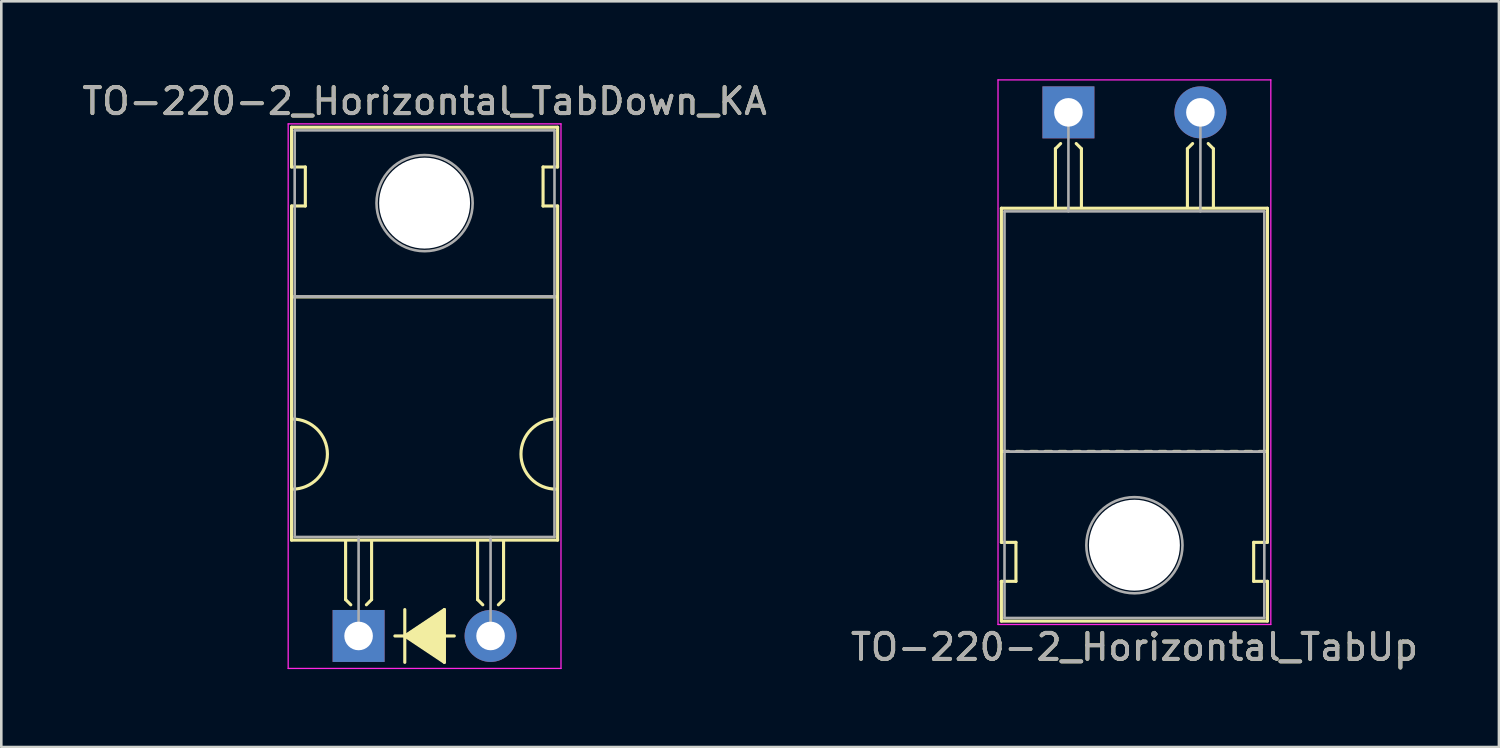
<source format=kicad_pcb>
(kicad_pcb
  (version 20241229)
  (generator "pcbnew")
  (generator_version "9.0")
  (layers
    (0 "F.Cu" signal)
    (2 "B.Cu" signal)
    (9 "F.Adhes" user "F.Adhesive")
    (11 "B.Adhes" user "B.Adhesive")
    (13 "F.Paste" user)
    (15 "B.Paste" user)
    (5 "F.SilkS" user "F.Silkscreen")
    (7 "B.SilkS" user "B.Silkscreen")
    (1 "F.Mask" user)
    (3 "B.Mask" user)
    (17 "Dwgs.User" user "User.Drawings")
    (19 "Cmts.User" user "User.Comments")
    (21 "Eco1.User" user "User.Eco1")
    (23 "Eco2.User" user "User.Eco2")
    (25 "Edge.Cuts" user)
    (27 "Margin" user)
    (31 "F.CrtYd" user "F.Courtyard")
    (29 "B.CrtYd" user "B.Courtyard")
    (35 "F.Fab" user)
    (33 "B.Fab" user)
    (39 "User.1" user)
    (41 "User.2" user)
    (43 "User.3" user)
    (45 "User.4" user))
  (footprint "TO-220-2_Horizontal_TabUp"
    (layer "F.Cu")
    (at 38.073 1.275)
    (property "Reference" "TO-220-2_Horizontal_TabUp" (at 2.54 20.58 0) (layer "F.SilkS") (effects (font (size 1 1) (thickness 0.15))))
    (attr through_hole)
    (fp_line (start -2.58 16.55) (end -2.58 3.69) (stroke (width 0.12) (type solid)) (layer "F.SilkS"))
    (fp_line (start -2.58 16.55) (end -2.02 16.55) (stroke (width 0.12) (type solid)) (layer "F.SilkS"))
    (fp_line (start -2.58 19.58) (end -2.58 18.05) (stroke (width 0.12) (type solid)) (layer "F.SilkS"))
    (fp_line (start -2.3 13.05) (end -2.55 13.05) (stroke (width 0.12) (type solid)) (layer "F.SilkS"))
    (fp_line (start -2.02 16.55) (end -2.02 18.05) (stroke (width 0.12) (type solid)) (layer "F.SilkS"))
    (fp_line (start -2.02 18.05) (end -2.58 18.05) (stroke (width 0.12) (type solid)) (layer "F.SilkS"))
    (fp_line (start -1.75 13.05) (end -2 13.05) (stroke (width 0.12) (type solid)) (layer "F.SilkS"))
    (fp_line (start -1.2 13.05) (end -1.45 13.05) (stroke (width 0.12) (type solid)) (layer "F.SilkS"))
    (fp_line (start -0.65 13.05) (end -0.9 13.05) (stroke (width 0.12) (type solid)) (layer "F.SilkS"))
    (fp_line (start -0.5 1.4) (end -0.3 1.2) (stroke (width 0.12) (type solid)) (layer "F.SilkS"))
    (fp_line (start -0.5 3.65) (end -0.5 1.4) (stroke (width 0.12) (type solid)) (layer "F.SilkS"))
    (fp_line (start -0.1 13.05) (end -0.35 13.05) (stroke (width 0.12) (type solid)) (layer "F.SilkS"))
    (fp_line (start 0.45 13.05) (end 0.2 13.05) (stroke (width 0.12) (type solid)) (layer "F.SilkS"))
    (fp_line (start 0.5 1.4) (end 0.3 1.2) (stroke (width 0.12) (type solid)) (layer "F.SilkS"))
    (fp_line (start 0.5 3.65) (end 0.5 1.4) (stroke (width 0.12) (type solid)) (layer "F.SilkS"))
    (fp_line (start 1 13.05) (end 0.75 13.05) (stroke (width 0.12) (type solid)) (layer "F.SilkS"))
    (fp_line (start 1.55 13.05) (end 1.3 13.05) (stroke (width 0.12) (type solid)) (layer "F.SilkS"))
    (fp_line (start 2.1 13.05) (end 1.85 13.05) (stroke (width 0.12) (type solid)) (layer "F.SilkS"))
    (fp_line (start 2.65 13.05) (end 2.4 13.05) (stroke (width 0.12) (type solid)) (layer "F.SilkS"))
    (fp_line (start 3.2 13.05) (end 2.95 13.05) (stroke (width 0.12) (type solid)) (layer "F.SilkS"))
    (fp_line (start 3.75 13.05) (end 3.5 13.05) (stroke (width 0.12) (type solid)) (layer "F.SilkS"))
    (fp_line (start 4.3 13.05) (end 4.05 13.05) (stroke (width 0.12) (type solid)) (layer "F.SilkS"))
    (fp_line (start 4.58 1.4) (end 4.78 1.2) (stroke (width 0.12) (type solid)) (layer "F.SilkS"))
    (fp_line (start 4.58 3.65) (end 4.58 1.4) (stroke (width 0.12) (type solid)) (layer "F.SilkS"))
    (fp_line (start 4.85 13.05) (end 4.6 13.05) (stroke (width 0.12) (type solid)) (layer "F.SilkS"))
    (fp_line (start 5.4 13.05) (end 5.15 13.05) (stroke (width 0.12) (type solid)) (layer "F.SilkS"))
    (fp_line (start 5.58 1.4) (end 5.38 1.2) (stroke (width 0.12) (type solid)) (layer "F.SilkS"))
    (fp_line (start 5.58 3.65) (end 5.58 1.4) (stroke (width 0.12) (type solid)) (layer "F.SilkS"))
    (fp_line (start 5.95 13.05) (end 5.7 13.05) (stroke (width 0.12) (type solid)) (layer "F.SilkS"))
    (fp_line (start 6.5 13.05) (end 6.25 13.05) (stroke (width 0.12) (type solid)) (layer "F.SilkS"))
    (fp_line (start 7.05 13.05) (end 6.8 13.05) (stroke (width 0.12) (type solid)) (layer "F.SilkS"))
    (fp_line (start 7.13 16.55) (end 7.655 16.55) (stroke (width 0.12) (type solid)) (layer "F.SilkS"))
    (fp_line (start 7.13 18.05) (end 7.13 16.55) (stroke (width 0.12) (type solid)) (layer "F.SilkS"))
    (fp_line (start 7.6 13.05) (end 7.35 13.05) (stroke (width 0.12) (type solid)) (layer "F.SilkS"))
    (fp_line (start 7.66 3.69) (end -2.58 3.69) (stroke (width 0.12) (type solid)) (layer "F.SilkS"))
    (fp_line (start 7.66 16.55) (end 7.66 3.69) (stroke (width 0.12) (type solid)) (layer "F.SilkS"))
    (fp_line (start 7.66 18.05) (end 7.13 18.05) (stroke (width 0.12) (type solid)) (layer "F.SilkS"))
    (fp_line (start 7.66 19.58) (end -2.58 19.58) (stroke (width 0.12) (type solid)) (layer "F.SilkS"))
    (fp_line (start 7.66 19.58) (end 7.66 18.05) (stroke (width 0.12) (type solid)) (layer "F.SilkS"))
    (fp_line (start -2.71 -1.25) (end -2.71 19.71) (stroke (width 0.05) (type solid)) (layer "F.CrtYd"))
    (fp_line (start -2.71 19.71) (end 7.79 19.71) (stroke (width 0.05) (type solid)) (layer "F.CrtYd"))
    (fp_line (start 7.79 -1.25) (end -2.71 -1.25) (stroke (width 0.05) (type solid)) (layer "F.CrtYd"))
    (fp_line (start 7.79 19.71) (end 7.79 -1.25) (stroke (width 0.05) (type solid)) (layer "F.CrtYd"))
    (fp_line (start -2.46 3.81) (end -2.46 13.06) (stroke (width 0.1) (type solid)) (layer "F.Fab"))
    (fp_line (start -2.46 13.06) (end -2.46 19.46) (stroke (width 0.1) (type solid)) (layer "F.Fab"))
    (fp_line (start -2.46 13.06) (end 7.54 13.06) (stroke (width 0.1) (type solid)) (layer "F.Fab"))
    (fp_line (start -2.46 19.46) (end 7.54 19.46) (stroke (width 0.1) (type solid)) (layer "F.Fab"))
    (fp_line (start 0 3.81) (end 0 0) (stroke (width 0.1) (type solid)) (layer "F.Fab"))
    (fp_line (start 5.08 3.81) (end 5.08 0) (stroke (width 0.1) (type solid)) (layer "F.Fab"))
    (fp_line (start 7.54 3.81) (end -2.46 3.81) (stroke (width 0.1) (type solid)) (layer "F.Fab"))
    (fp_line (start 7.54 13.06) (end -2.46 13.06) (stroke (width 0.1) (type solid)) (layer "F.Fab"))
    (fp_line (start 7.54 13.06) (end 7.54 3.81) (stroke (width 0.1) (type solid)) (layer "F.Fab"))
    (fp_line (start 7.54 19.46) (end 7.54 13.06) (stroke (width 0.1) (type solid)) (layer "F.Fab"))
    (fp_circle (center 2.54 16.66) (end 4.39 16.66) (stroke (width 0.1) (type solid)) (fill no) (layer "F.Fab"))
    (fp_text user "${REFERENCE}" (at 2.54 20.58 0) (layer "F.Fab") (effects (font (size 1 1) (thickness 0.15))))
    (pad "" np_thru_hole oval (at 2.54 16.66) (size 3.5 3.5) (drill 3.5) (layers "*.Cu" "*.Mask"))
    (pad "1" thru_hole rect (at 0 0) (size 2 2) (drill 1.1) (layers "*.Cu" "*.Mask"))
    (pad "2" thru_hole oval (at 5.08 0) (size 2 2) (drill 1.1) (layers "*.Cu" "*.Mask")))
  (footprint "TO-220-2_Horizontal_TabDown_KA"
    (layer "F.Cu")
    (at 10.752 21.428)
    (property "Reference" "TO-220-2_Horizontal_TabDown_KA" (at 2.54 -20.58 0) (layer "F.SilkS") (effects (font (size 1 1) (thickness 0.15))))
    (attr through_hole)
    (fp_line (start -2.58 -19.58) (end -2.58 -18.05) (stroke (width 0.12) (type solid)) (layer "F.SilkS"))
    (fp_line (start -2.58 -19.58) (end 7.66 -19.58) (stroke (width 0.12) (type solid)) (layer "F.SilkS"))
    (fp_line (start -2.58 -18.05) (end -2.05 -18.05) (stroke (width 0.12) (type solid)) (layer "F.SilkS"))
    (fp_line (start -2.58 -16.55) (end -2.58 -3.69) (stroke (width 0.12) (type solid)) (layer "F.SilkS"))
    (fp_line (start -2.58 -3.69) (end 7.66 -3.69) (stroke (width 0.12) (type solid)) (layer "F.SilkS"))
    (fp_line (start -2.575 -13.05) (end 7.65 -13.05) (stroke (width 0.12) (type solid)) (layer "F.SilkS"))
    (fp_line (start -2.05 -18.05) (end -2.05 -16.55) (stroke (width 0.12) (type solid)) (layer "F.SilkS"))
    (fp_line (start -2.05 -16.55) (end -2.575 -16.55) (stroke (width 0.12) (type solid)) (layer "F.SilkS"))
    (fp_line (start -0.5 -3.65) (end -0.5 -1.4) (stroke (width 0.12) (type solid)) (layer "F.SilkS"))
    (fp_line (start -0.5 -1.4) (end -0.3 -1.2) (stroke (width 0.12) (type solid)) (layer "F.SilkS"))
    (fp_line (start 0.5 -3.65) (end 0.5 -1.4) (stroke (width 0.12) (type solid)) (layer "F.SilkS"))
    (fp_line (start 0.5 -1.4) (end 0.3 -1.2) (stroke (width 0.12) (type solid)) (layer "F.SilkS"))
    (fp_line (start 1.397 0) (end 1.778 0) (stroke (width 0.12) (type solid)) (layer "F.SilkS"))
    (fp_line (start 1.778 0) (end 1.778 -1.016) (stroke (width 0.12) (type solid)) (layer "F.SilkS"))
    (fp_line (start 1.778 0) (end 1.778 1.016) (stroke (width 0.12) (type solid)) (layer "F.SilkS"))
    (fp_line (start 1.778 0) (end 3.302 1.016) (stroke (width 0.12) (type solid)) (layer "F.SilkS"))
    (fp_line (start 3.302 -1.016) (end 1.778 0) (stroke (width 0.12) (type solid)) (layer "F.SilkS"))
    (fp_line (start 3.302 0) (end 3.683 0) (stroke (width 0.12) (type solid)) (layer "F.SilkS"))
    (fp_line (start 3.302 1.016) (end 3.302 -1.016) (stroke (width 0.12) (type solid)) (layer "F.SilkS"))
    (fp_line (start 4.58 -3.65) (end 4.58 -1.4) (stroke (width 0.12) (type solid)) (layer "F.SilkS"))
    (fp_line (start 4.58 -1.4) (end 4.78 -1.2) (stroke (width 0.12) (type solid)) (layer "F.SilkS"))
    (fp_line (start 5.58 -3.65) (end 5.58 -1.4) (stroke (width 0.12) (type solid)) (layer "F.SilkS"))
    (fp_line (start 5.58 -1.4) (end 5.38 -1.2) (stroke (width 0.12) (type solid)) (layer "F.SilkS"))
    (fp_line (start 7.1 -18.05) (end 7.66 -18.05) (stroke (width 0.12) (type solid)) (layer "F.SilkS"))
    (fp_line (start 7.1 -16.55) (end 7.1 -18.05) (stroke (width 0.12) (type solid)) (layer "F.SilkS"))
    (fp_line (start 7.66 -19.58) (end 7.66 -18.05) (stroke (width 0.12) (type solid)) (layer "F.SilkS"))
    (fp_line (start 7.66 -16.55) (end 7.1 -16.55) (stroke (width 0.12) (type solid)) (layer "F.SilkS"))
    (fp_line (start 7.66 -16.55) (end 7.66 -3.69) (stroke (width 0.12) (type solid)) (layer "F.SilkS"))
    (fp_arc (start -2.55 -8.35) (mid -1.2 -7) (end -2.55 -5.65) (stroke (width 0.12) (type solid)) (layer "F.SilkS"))
    (fp_arc (start 7.6 -5.65) (mid 6.25 -7) (end 7.6 -8.35) (stroke (width 0.12) (type solid)) (layer "F.SilkS"))
    (fp_poly (pts (xy 3.3 1) (xy 1.8 0) (xy 3.3 -1)) (stroke (width 0.1) (type solid)) (fill yes) (layer "F.SilkS"))
    (fp_line (start -2.71 -19.71) (end -2.71 1.25) (stroke (width 0.05) (type solid)) (layer "F.CrtYd"))
    (fp_line (start -2.71 1.25) (end 7.79 1.25) (stroke (width 0.05) (type solid)) (layer "F.CrtYd"))
    (fp_line (start 7.79 -19.71) (end -2.71 -19.71) (stroke (width 0.05) (type solid)) (layer "F.CrtYd"))
    (fp_line (start 7.79 1.25) (end 7.79 -19.71) (stroke (width 0.05) (type solid)) (layer "F.CrtYd"))
    (fp_line (start -2.46 -19.46) (end 7.54 -19.46) (stroke (width 0.1) (type solid)) (layer "F.Fab"))
    (fp_line (start -2.46 -13.06) (end -2.46 -19.46) (stroke (width 0.1) (type solid)) (layer "F.Fab"))
    (fp_line (start -2.46 -13.06) (end 7.54 -13.06) (stroke (width 0.1) (type solid)) (layer "F.Fab"))
    (fp_line (start -2.46 -3.81) (end -2.46 -13.06) (stroke (width 0.1) (type solid)) (layer "F.Fab"))
    (fp_line (start 0 -3.81) (end 0 0) (stroke (width 0.1) (type solid)) (layer "F.Fab"))
    (fp_line (start 5.08 -3.81) (end 5.08 0) (stroke (width 0.1) (type solid)) (layer "F.Fab"))
    (fp_line (start 7.54 -19.46) (end 7.54 -13.06) (stroke (width 0.1) (type solid)) (layer "F.Fab"))
    (fp_line (start 7.54 -13.06) (end -2.46 -13.06) (stroke (width 0.1) (type solid)) (layer "F.Fab"))
    (fp_line (start 7.54 -13.06) (end 7.54 -3.81) (stroke (width 0.1) (type solid)) (layer "F.Fab"))
    (fp_line (start 7.54 -3.81) (end -2.46 -3.81) (stroke (width 0.1) (type solid)) (layer "F.Fab"))
    (fp_circle (center 2.54 -16.66) (end 4.39 -16.66) (stroke (width 0.1) (type solid)) (fill no) (layer "F.Fab"))
    (fp_text user "${REFERENCE}" (at 2.54 -20.58 0) (layer "F.Fab") (effects (font (size 1 1) (thickness 0.15))))
    (pad "" np_thru_hole oval (at 2.54 -16.66) (size 3.5 3.5) (drill 3.5) (layers "*.Cu" "*.Mask"))
    (pad "1" thru_hole rect (at 0 0) (size 2 2) (drill 1.1) (layers "*.Cu" "*.Mask"))
    (pad "2" thru_hole oval (at 5.08 0) (size 2 2) (drill 1.1) (layers "*.Cu" "*.Mask")))
  (gr_rect
    (start -3 -3)
    (end 54.643 25.703)
    (stroke (width 0.1) (type default))
    (fill no)
    (layer "Edge.Cuts")))
</source>
